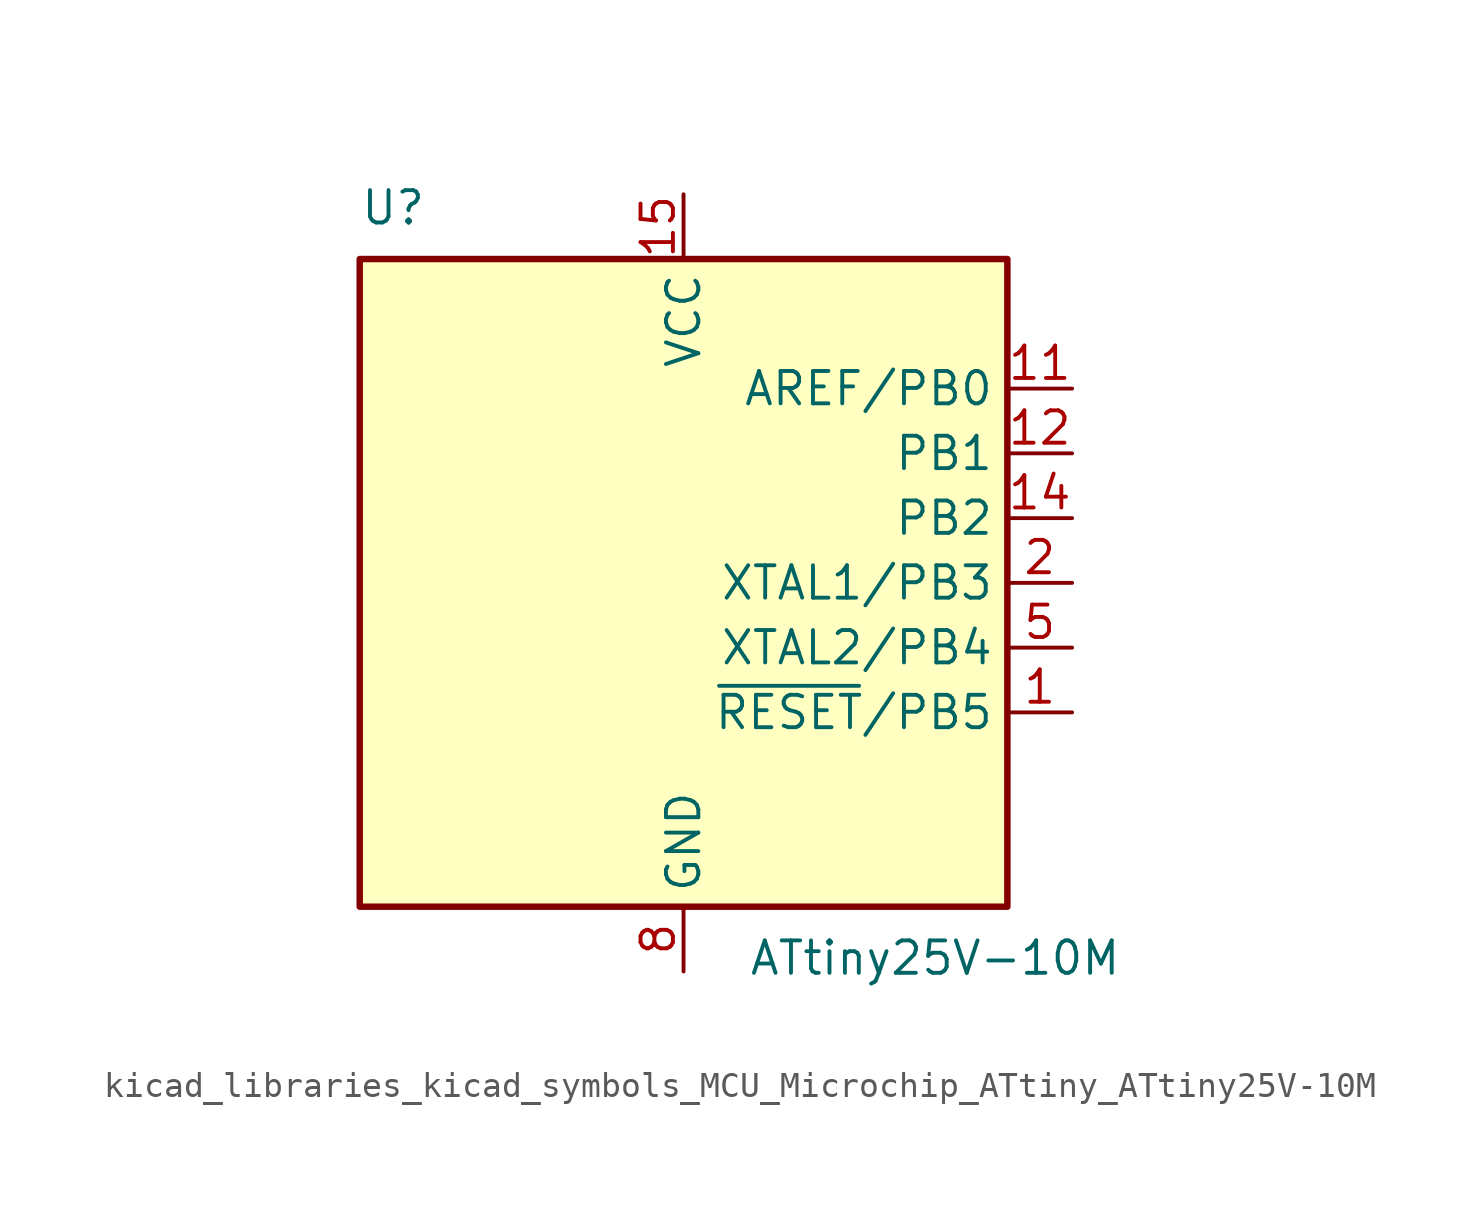
<source format=kicad_sym>
(kicad_symbol_lib
  (version 20220914)
  (generator kicad_symbol_editor)
  (symbol "kicad_libraries_kicad_symbols_MCU_Microchip_ATtiny_ATtiny25V-10M"
    (property "Reference" "U"
      (at -12.7 13.97 0)
      (effects (font (size 1.27 1.27)) (justify left bottom)))
    (property "Value" "ATtiny25V-10M"
      (at 2.54 -13.97 0)
      (effects (font (size 1.27 1.27)) (justify left top)))
    (symbol "kicad_libraries_kicad_symbols_MCU_Microchip_ATtiny_ATtiny25V-10M_0_1"
      (rectangle (start -12.7 -12.7) (end 12.7 12.7) (stroke (width 0.254) (type default)) (fill (type background))))
    (symbol "kicad_libraries_kicad_symbols_MCU_Microchip_ATtiny_ATtiny25V-10M_1_1"
      (pin bidirectional line (at 15.24 -5.08 180) (length 2.54) (name "~{RESET}/PB5" (effects (font (size 1.27 1.27)))) (number "1" (effects (font (size 1.27 1.27)))))
      (pin no_connect line (at -12.7 -2.54 0) (length 2.54) hide (name "NC" (effects (font (size 1.27 1.27)))) (number "10" (effects (font (size 1.27 1.27)))))
      (pin bidirectional line (at 15.24 7.62 180) (length 2.54) (name "AREF/PB0" (effects (font (size 1.27 1.27)))) (number "11" (effects (font (size 1.27 1.27)))))
      (pin bidirectional line (at 15.24 5.08 180) (length 2.54) (name "PB1" (effects (font (size 1.27 1.27)))) (number "12" (effects (font (size 1.27 1.27)))))
      (pin no_connect line (at -12.7 -5.08 0) (length 2.54) hide (name "NC" (effects (font (size 1.27 1.27)))) (number "13" (effects (font (size 1.27 1.27)))))
      (pin bidirectional line (at 15.24 2.54 180) (length 2.54) (name "PB2" (effects (font (size 1.27 1.27)))) (number "14" (effects (font (size 1.27 1.27)))))
      (pin power_in line (at 0 15.24 270) (length 2.54) (name "VCC" (effects (font (size 1.27 1.27)))) (number "15" (effects (font (size 1.27 1.27)))))
      (pin no_connect line (at -12.7 -7.62 0) (length 2.54) hide (name "NC" (effects (font (size 1.27 1.27)))) (number "16" (effects (font (size 1.27 1.27)))))
      (pin no_connect line (at -12.7 -10.16 0) (length 2.54) hide (name "NC" (effects (font (size 1.27 1.27)))) (number "17" (effects (font (size 1.27 1.27)))))
      (pin no_connect line (at -7.62 -12.7 90) (length 2.54) hide (name "NC" (effects (font (size 1.27 1.27)))) (number "18" (effects (font (size 1.27 1.27)))))
      (pin no_connect line (at -5.08 -12.7 90) (length 2.54) hide (name "NC" (effects (font (size 1.27 1.27)))) (number "19" (effects (font (size 1.27 1.27)))))
      (pin bidirectional line (at 15.24 0 180) (length 2.54) (name "XTAL1/PB3" (effects (font (size 1.27 1.27)))) (number "2" (effects (font (size 1.27 1.27)))))
      (pin no_connect line (at -2.54 -12.7 90) (length 2.54) hide (name "NC" (effects (font (size 1.27 1.27)))) (number "20" (effects (font (size 1.27 1.27)))))
      (pin passive line (at 0 -15.24 90) (length 2.54) hide (name "GND" (effects (font (size 1.27 1.27)))) (number "21" (effects (font (size 1.27 1.27)))))
      (pin no_connect line (at -12.7 10.16 0) (length 2.54) hide (name "NC" (effects (font (size 1.27 1.27)))) (number "3" (effects (font (size 1.27 1.27)))))
      (pin no_connect line (at -12.7 7.62 0) (length 2.54) hide (name "NC" (effects (font (size 1.27 1.27)))) (number "4" (effects (font (size 1.27 1.27)))))
      (pin bidirectional line (at 15.24 -2.54 180) (length 2.54) (name "XTAL2/PB4" (effects (font (size 1.27 1.27)))) (number "5" (effects (font (size 1.27 1.27)))))
      (pin no_connect line (at -12.7 5.08 0) (length 2.54) hide (name "NC" (effects (font (size 1.27 1.27)))) (number "6" (effects (font (size 1.27 1.27)))))
      (pin no_connect line (at -12.7 2.54 0) (length 2.54) hide (name "NC" (effects (font (size 1.27 1.27)))) (number "7" (effects (font (size 1.27 1.27)))))
      (pin power_in line (at 0 -15.24 90) (length 2.54) (name "GND" (effects (font (size 1.27 1.27)))) (number "8" (effects (font (size 1.27 1.27)))))
      (pin no_connect line (at -12.7 0 0) (length 2.54) hide (name "NC" (effects (font (size 1.27 1.27)))) (number "9" (effects (font (size 1.27 1.27))))))))
</source>
